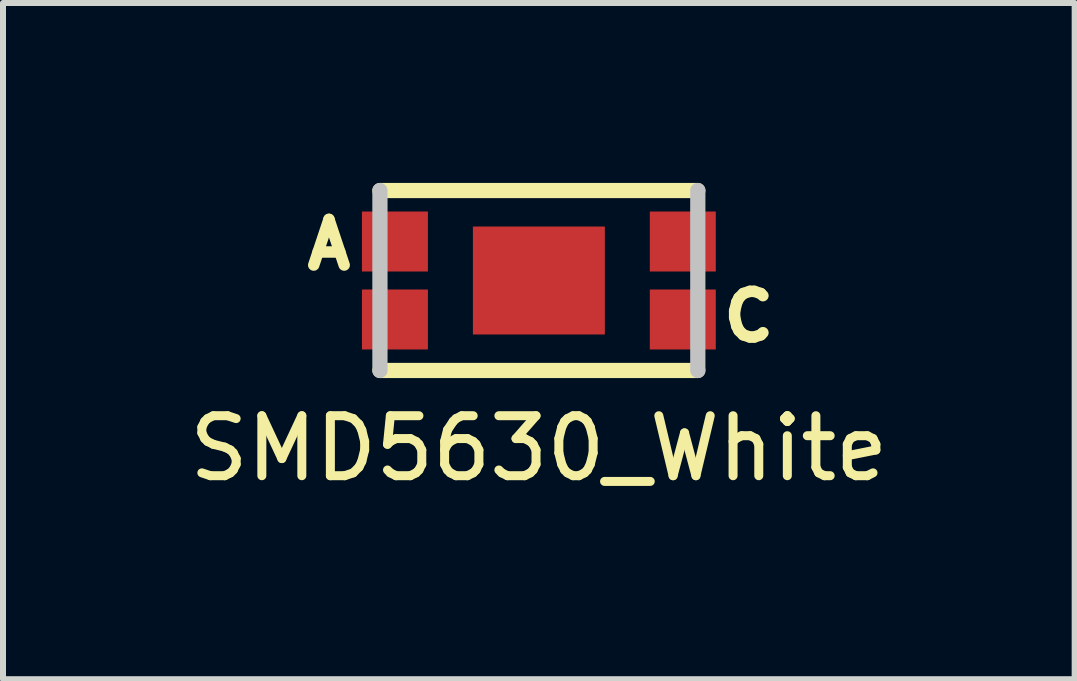
<source format=kicad_pcb>
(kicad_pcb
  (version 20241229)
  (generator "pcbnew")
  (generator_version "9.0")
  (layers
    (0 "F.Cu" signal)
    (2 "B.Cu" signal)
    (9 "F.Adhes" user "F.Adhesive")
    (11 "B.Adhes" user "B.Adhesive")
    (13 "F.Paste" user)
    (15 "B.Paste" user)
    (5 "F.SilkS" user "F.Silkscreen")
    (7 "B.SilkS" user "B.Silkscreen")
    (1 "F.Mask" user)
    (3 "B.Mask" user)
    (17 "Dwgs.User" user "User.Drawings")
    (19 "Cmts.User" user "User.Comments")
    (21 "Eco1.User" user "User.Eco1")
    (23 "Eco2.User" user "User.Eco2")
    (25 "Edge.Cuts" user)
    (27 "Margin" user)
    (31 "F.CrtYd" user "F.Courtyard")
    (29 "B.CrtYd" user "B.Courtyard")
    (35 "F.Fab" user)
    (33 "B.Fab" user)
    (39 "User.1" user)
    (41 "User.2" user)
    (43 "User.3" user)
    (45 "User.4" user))
  (footprint "SMD5630_White"
    (layer "F.Cu")
    (at 5.935 1.627)
    (property "Reference" "SMD5630_White" (at 0 2.8 0) (layer "F.SilkS") (effects (font (size 1 1) (thickness 0.15))))
    (attr smd)
    (fp_line (start -2.65 -1.5) (end 2.65 -1.5) (stroke (width 0.254) (type solid)) (layer "F.SilkS"))
    (fp_line (start -2.65 1.5) (end 2.65 1.5) (stroke (width 0.254) (type solid)) (layer "F.SilkS"))
    (fp_line (start -2.65 1.5) (end -2.65 -1.5) (stroke (width 0.254) (type solid)) (layer "Dwgs.User"))
    (fp_line (start 2.65 -1.5) (end 2.65 1.5) (stroke (width 0.254) (type solid)) (layer "Dwgs.User"))
    (fp_text user "C" (at 3.5 0.6 0) (layer "F.SilkS") (effects (font (size 0.762 0.762) (thickness 0.191))))
    (fp_text user "A" (at -3.5 -0.6 0) (layer "F.SilkS") (effects (font (size 0.762 0.762) (thickness 0.191))))
    (pad "1" smd rect (at -2.4 -0.65) (size 1.1 1) (layers "F.Cu" "F.Mask" "F.Paste"))
    (pad "2" smd rect (at -2.4 0.65) (size 1.1 1) (layers "F.Cu" "F.Mask" "F.Paste"))
    (pad "3" smd rect (at 2.4 0.65) (size 1.1 1) (layers "F.Cu" "F.Mask" "F.Paste"))
    (pad "4" smd rect (at 2.4 -0.65) (size 1.1 1) (layers "F.Cu" "F.Mask" "F.Paste"))
    (pad "5" smd rect (at 0 0) (size 2.2 1.8) (layers "F.Cu" "F.Mask" "F.Paste")))
  (gr_rect
    (start -3 -3)
    (end 14.869 8.275)
    (stroke (width 0.1) (type default))
    (fill no)
    (layer "Edge.Cuts")))
</source>
